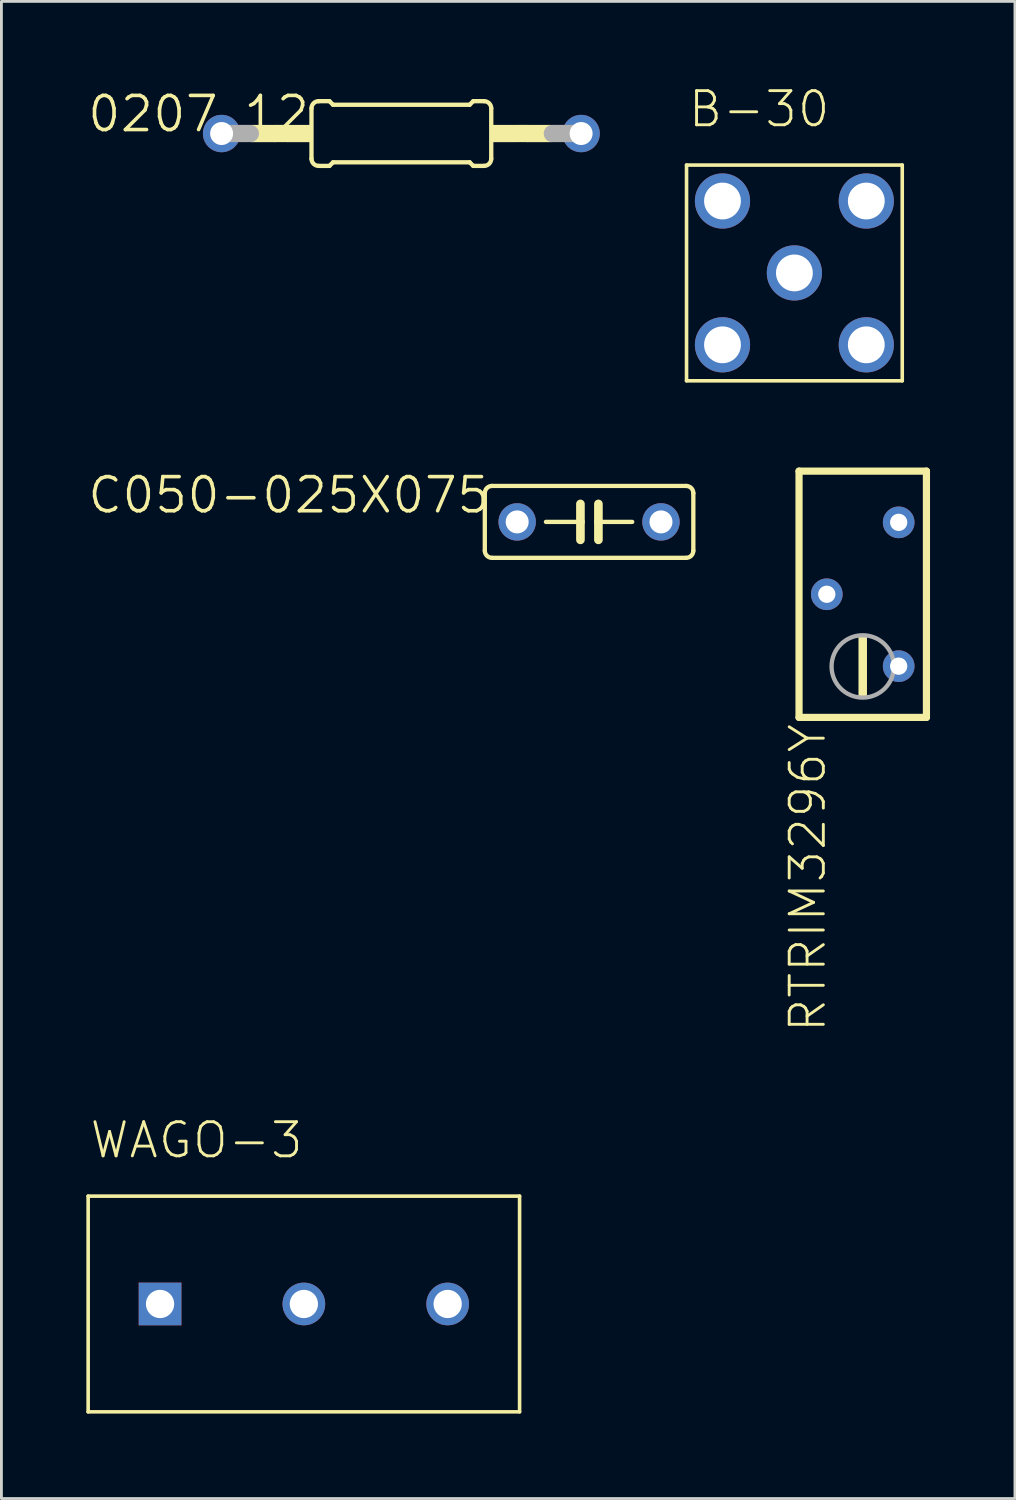
<source format=kicad_pcb>
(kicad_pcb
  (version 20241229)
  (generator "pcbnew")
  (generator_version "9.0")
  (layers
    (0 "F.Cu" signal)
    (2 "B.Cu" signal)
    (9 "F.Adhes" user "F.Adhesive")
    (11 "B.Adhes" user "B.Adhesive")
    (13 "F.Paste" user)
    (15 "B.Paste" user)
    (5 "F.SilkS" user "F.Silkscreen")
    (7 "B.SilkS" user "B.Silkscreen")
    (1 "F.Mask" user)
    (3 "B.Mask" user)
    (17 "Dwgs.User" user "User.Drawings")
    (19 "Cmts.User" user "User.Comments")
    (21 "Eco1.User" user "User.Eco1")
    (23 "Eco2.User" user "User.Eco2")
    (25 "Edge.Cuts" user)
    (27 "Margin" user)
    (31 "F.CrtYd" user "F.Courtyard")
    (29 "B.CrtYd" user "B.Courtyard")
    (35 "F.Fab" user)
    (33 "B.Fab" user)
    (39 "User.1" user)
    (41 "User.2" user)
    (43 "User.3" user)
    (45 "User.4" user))
  (footprint "C050-025X075"
    (layer "F.Cu")
    (at 17.759 15.386)
    (property "Reference" "C050-025X075" (at -3.429 -1.651 0) (layer "F.SilkS") (effects (font (size 1.206 1.206) (thickness 0.127)) (justify right top)))
    (attr through_hole)
    (fp_line (start -3.683 -1.016) (end -3.683 1.016) (stroke (width 0.152) (type solid)) (layer "F.SilkS"))
    (fp_line (start -3.429 1.27) (end 3.429 1.27) (stroke (width 0.152) (type solid)) (layer "F.SilkS"))
    (fp_line (start -0.305 -0.635) (end -0.305 0) (stroke (width 0.305) (type solid)) (layer "F.SilkS"))
    (fp_line (start -0.305 0) (end -1.524 0) (stroke (width 0.152) (type solid)) (layer "F.SilkS"))
    (fp_line (start -0.305 0) (end -0.305 0.635) (stroke (width 0.305) (type solid)) (layer "F.SilkS"))
    (fp_line (start 0.33 -0.635) (end 0.33 0) (stroke (width 0.305) (type solid)) (layer "F.SilkS"))
    (fp_line (start 0.33 0) (end 0.33 0.635) (stroke (width 0.305) (type solid)) (layer "F.SilkS"))
    (fp_line (start 0.33 0) (end 1.524 0) (stroke (width 0.152) (type solid)) (layer "F.SilkS"))
    (fp_line (start 3.429 -1.27) (end -3.429 -1.27) (stroke (width 0.152) (type solid)) (layer "F.SilkS"))
    (fp_line (start 3.683 1.016) (end 3.683 -1.016) (stroke (width 0.152) (type solid)) (layer "F.SilkS"))
    (fp_arc (start -3.683 -1.016) (mid -3.608605 -1.195605) (end -3.429 -1.27) (stroke (width 0.1524) (type solid)) (layer "F.SilkS"))
    (fp_arc (start -3.429 1.27) (mid -3.608605 1.195605) (end -3.683 1.016) (stroke (width 0.1524) (type solid)) (layer "F.SilkS"))
    (fp_arc (start 3.429 -1.27) (mid 3.608605 -1.195605) (end 3.683 -1.016) (stroke (width 0.1524) (type solid)) (layer "F.SilkS"))
    (fp_arc (start 3.683 1.016) (mid 3.608605 1.195605) (end 3.429 1.27) (stroke (width 0.1524) (type solid)) (layer "F.SilkS"))
    (pad "1" thru_hole circle (at -2.54 0) (size 1.321 1.321) (drill 0.813) (layers "*.Cu" "*.Mask"))
    (pad "2" thru_hole circle (at 2.54 0) (size 1.321 1.321) (drill 0.813) (layers "*.Cu" "*.Mask")))
  (footprint "0207_12"
    (layer "F.Cu")
    (at 11.128 1.667)
    (property "Reference" "0207_12" (at -3.175 -1.397 0) (layer "F.SilkS") (effects (font (size 1.206 1.206) (thickness 0.127)) (justify right top)))
    (attr through_hole)
    (fp_line (start -4.445 0) (end -4.064 0) (stroke (width 0.61) (type solid)) (layer "F.SilkS"))
    (fp_line (start -3.175 0.889) (end -3.175 -0.889) (stroke (width 0.152) (type solid)) (layer "F.SilkS"))
    (fp_line (start -2.921 -1.143) (end -2.54 -1.143) (stroke (width 0.152) (type solid)) (layer "F.SilkS"))
    (fp_line (start -2.921 1.143) (end -2.54 1.143) (stroke (width 0.152) (type solid)) (layer "F.SilkS"))
    (fp_line (start -2.413 -1.016) (end -2.54 -1.143) (stroke (width 0.152) (type solid)) (layer "F.SilkS"))
    (fp_line (start -2.413 1.016) (end -2.54 1.143) (stroke (width 0.152) (type solid)) (layer "F.SilkS"))
    (fp_line (start 2.413 -1.016) (end -2.413 -1.016) (stroke (width 0.152) (type solid)) (layer "F.SilkS"))
    (fp_line (start 2.413 -1.016) (end 2.54 -1.143) (stroke (width 0.152) (type solid)) (layer "F.SilkS"))
    (fp_line (start 2.413 1.016) (end -2.413 1.016) (stroke (width 0.152) (type solid)) (layer "F.SilkS"))
    (fp_line (start 2.413 1.016) (end 2.54 1.143) (stroke (width 0.152) (type solid)) (layer "F.SilkS"))
    (fp_line (start 2.921 -1.143) (end 2.54 -1.143) (stroke (width 0.152) (type solid)) (layer "F.SilkS"))
    (fp_line (start 2.921 1.143) (end 2.54 1.143) (stroke (width 0.152) (type solid)) (layer "F.SilkS"))
    (fp_line (start 3.175 0.889) (end 3.175 -0.889) (stroke (width 0.152) (type solid)) (layer "F.SilkS"))
    (fp_line (start 4.445 0) (end 4.064 0) (stroke (width 0.61) (type solid)) (layer "F.SilkS"))
    (fp_arc (start -3.175 -0.889) (mid -3.100605 -1.068605) (end -2.921 -1.143) (stroke (width 0.1524) (type solid)) (layer "F.SilkS"))
    (fp_arc (start -2.921 1.143) (mid -3.100605 1.068605) (end -3.175 0.889) (stroke (width 0.1524) (type solid)) (layer "F.SilkS"))
    (fp_arc (start 2.921 -1.143) (mid 3.100605 -1.068605) (end 3.175 -0.889) (stroke (width 0.1524) (type solid)) (layer "F.SilkS"))
    (fp_arc (start 3.175 0.889) (mid 3.100605 1.068605) (end 2.921 1.143) (stroke (width 0.1524) (type solid)) (layer "F.SilkS"))
    (fp_poly (pts (xy -5.309 0.305) (xy -4.445 0.305) (xy -4.445 -0.305) (xy -5.309 -0.305)) (stroke (width 0) (type solid)) (fill yes) (layer "F.SilkS"))
    (fp_poly (pts (xy -4.039 0.305) (xy -3.175 0.305) (xy -3.175 -0.305) (xy -4.039 -0.305)) (stroke (width 0) (type solid)) (fill yes) (layer "F.SilkS"))
    (fp_poly (pts (xy 3.175 0.305) (xy 4.039 0.305) (xy 4.039 -0.305) (xy 3.175 -0.305)) (stroke (width 0) (type solid)) (fill yes) (layer "F.SilkS"))
    (fp_poly (pts (xy 4.445 0.305) (xy 5.309 0.305) (xy 5.309 -0.305) (xy 4.445 -0.305)) (stroke (width 0) (type solid)) (fill yes) (layer "F.SilkS"))
    (fp_line (start -6.35 0) (end -5.334 0) (stroke (width 0.61) (type solid)) (layer "F.Fab"))
    (fp_line (start 6.35 0) (end 5.334 0) (stroke (width 0.61) (type solid)) (layer "F.Fab"))
    (pad "1" thru_hole circle (at -6.35 0) (size 1.321 1.321) (drill 0.813) (layers "*.Cu" "*.Mask"))
    (pad "2" thru_hole circle (at 6.35 0) (size 1.321 1.321) (drill 0.813) (layers "*.Cu" "*.Mask")))
  (footprint "WAGO-3"
    (layer "F.Cu")
    (at 7.684 43.013)
    (property "Reference" "WAGO-3" (at -7.62 -5.08 0) (layer "F.SilkS") (effects (font (size 1.206 1.206) (thickness 0.102)) (justify left bottom)))
    (attr through_hole)
    (fp_line (start -7.62 -3.81) (end -7.62 3.81) (stroke (width 0.127) (type solid)) (layer "F.SilkS"))
    (fp_line (start -7.62 3.81) (end 7.62 3.81) (stroke (width 0.127) (type solid)) (layer "F.SilkS"))
    (fp_line (start 7.62 -3.81) (end -7.62 -3.81) (stroke (width 0.127) (type solid)) (layer "F.SilkS"))
    (fp_line (start 7.62 3.81) (end 7.62 -3.81) (stroke (width 0.127) (type solid)) (layer "F.SilkS"))
    (pad "P$1" thru_hole rect (at -5.08 0 180) (size 1.508 1.508) (drill 1) (layers "*.Cu" "*.Mask"))
    (pad "P$2" thru_hole circle (at 0 0 180) (size 1.508 1.508) (drill 1) (layers "*.Cu" "*.Mask"))
    (pad "P$3" thru_hole circle (at 5.08 0 180) (size 1.508 1.508) (drill 1) (layers "*.Cu" "*.Mask")))
  (footprint "RTRIM3296Y"
    (layer "F.Cu")
    (at 27.426 17.942)
    (property "Reference" "RTRIM3296Y" (at -2.65 4.5 90) (layer "F.SilkS") (effects (font (size 1.206 1.206) (thickness 0.102)) (justify right top)))
    (attr through_hole)
    (fp_line (start -2.25 -4.35) (end 2.25 -4.35) (stroke (width 0.254) (type solid)) (layer "F.SilkS"))
    (fp_line (start -2.25 4.35) (end -2.25 -4.35) (stroke (width 0.254) (type solid)) (layer "F.SilkS"))
    (fp_line (start 2.25 -4.35) (end 2.25 4.35) (stroke (width 0.254) (type solid)) (layer "F.SilkS"))
    (fp_line (start 2.25 4.35) (end -2.25 4.35) (stroke (width 0.254) (type solid)) (layer "F.SilkS"))
    (fp_poly (pts (xy -0.15 3.6) (xy 0.15 3.6) (xy 0.15 1.5) (xy -0.15 1.5)) (stroke (width 0) (type solid)) (fill yes) (layer "F.SilkS"))
    (fp_circle (center 0 2.55) (end 1.101 2.55) (stroke (width 0.152) (type solid)) (fill no) (layer "F.Fab"))
    (pad "1" thru_hole circle (at 1.27 2.54) (size 1.118 1.118) (drill 0.61) (layers "*.Cu" "*.Mask"))
    (pad "2" thru_hole circle (at -1.27 0) (size 1.118 1.118) (drill 0.61) (layers "*.Cu" "*.Mask"))
    (pad "3" thru_hole circle (at 1.27 -2.54) (size 1.118 1.118) (drill 0.61) (layers "*.Cu" "*.Mask")))
  (footprint "B-30"
    (layer "F.Cu")
    (at 25.012 6.591)
    (property "Reference" "B-30" (at -3.81 -5.08 0) (layer "F.SilkS") (effects (font (size 1.206 1.206) (thickness 0.102)) (justify left bottom)))
    (attr through_hole)
    (fp_line (start -3.81 -3.81) (end 3.81 -3.81) (stroke (width 0.127) (type solid)) (layer "F.SilkS"))
    (fp_line (start -3.81 3.81) (end -3.81 -3.81) (stroke (width 0.127) (type solid)) (layer "F.SilkS"))
    (fp_line (start 3.81 -3.81) (end 3.81 3.81) (stroke (width 0.127) (type solid)) (layer "F.SilkS"))
    (fp_line (start 3.81 3.81) (end -3.81 3.81) (stroke (width 0.127) (type solid)) (layer "F.SilkS"))
    (pad "P$1" thru_hole circle (at 0 0) (size 1.95 1.95) (drill 1.3) (layers "*.Cu" "*.Mask"))
    (pad "P$2" thru_hole circle (at -2.54 -2.54) (size 1.95 1.95) (drill 1.3) (layers "*.Cu" "*.Mask"))
    (pad "P$3" thru_hole circle (at -2.54 2.54) (size 1.95 1.95) (drill 1.3) (layers "*.Cu" "*.Mask"))
    (pad "P$4" thru_hole circle (at 2.54 2.54) (size 1.95 1.95) (drill 1.3) (layers "*.Cu" "*.Mask"))
    (pad "P$5" thru_hole circle (at 2.54 -2.54) (size 1.95 1.95) (drill 1.3) (layers "*.Cu" "*.Mask")))
  (gr_rect
    (start -3 -3)
    (end 32.803 49.886)
    (stroke (width 0.1) (type default))
    (fill no)
    (layer "Edge.Cuts")))
</source>
